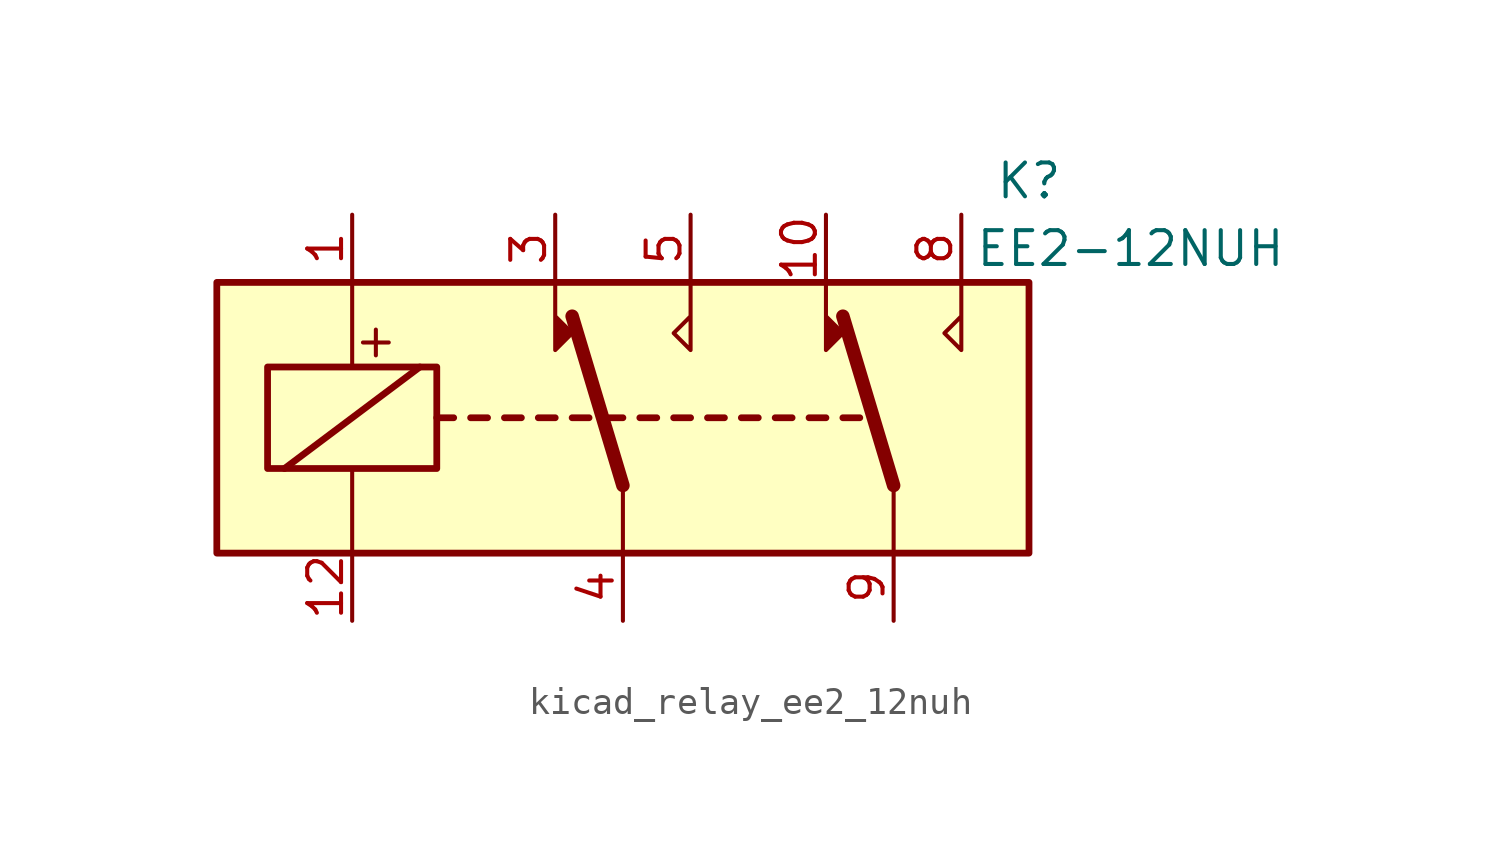
<source format=kicad_sym>
(kicad_symbol_lib
  (version 20220914)
  (generator kicad_symbol_editor)
  (symbol "kicad_relay_ee2_12nuh"
    (property "Reference" "K"
      (at 15.24 8.89 0)
      (effects (font (size 1.27 1.27))))
    (property "Value" "EE2-12NUH"
      (at 19.05 6.35 0)
      (effects (font (size 1.27 1.27))))
    (symbol "kicad_relay_ee2_12nuh_1_1"
      (rectangle (start -15.24 5.08) (end 15.24 -5.08) (stroke (width 0.254) (type default)) (fill (type background)))
      (rectangle (start -13.335 1.905) (end -6.985 -1.905) (stroke (width 0.254) (type default)) (fill (type none)))
      (polyline (pts (xy -12.7 -1.905) (xy -7.62 1.905)) (stroke (width 0.254) (type default)) (fill (type none)))
      (polyline (pts (xy -10.16 -5.08) (xy -10.16 -1.905)) (stroke (width 0) (type default)) (fill (type none)))
      (polyline (pts (xy -10.16 5.08) (xy -10.16 1.905)) (stroke (width 0) (type default)) (fill (type none)))
      (polyline (pts (xy -6.985 0) (xy -6.35 0)) (stroke (width 0.254) (type default)) (fill (type none)))
      (polyline (pts (xy -5.715 0) (xy -5.08 0)) (stroke (width 0.254) (type default)) (fill (type none)))
      (polyline (pts (xy -4.445 0) (xy -3.81 0)) (stroke (width 0.254) (type default)) (fill (type none)))
      (polyline (pts (xy -3.175 0) (xy -2.54 0)) (stroke (width 0.254) (type default)) (fill (type none)))
      (polyline (pts (xy -1.905 0) (xy -1.27 0)) (stroke (width 0.254) (type default)) (fill (type none)))
      (polyline (pts (xy -0.635 0) (xy 0 0)) (stroke (width 0.254) (type default)) (fill (type none)))
      (polyline (pts (xy 0 -2.54) (xy -1.905 3.81)) (stroke (width 0.508) (type default)) (fill (type none)))
      (polyline (pts (xy 0 -2.54) (xy 0 -5.08)) (stroke (width 0) (type default)) (fill (type none)))
      (polyline (pts (xy 0.635 0) (xy 1.27 0)) (stroke (width 0.254) (type default)) (fill (type none)))
      (polyline (pts (xy 1.905 0) (xy 2.54 0)) (stroke (width 0.254) (type default)) (fill (type none)))
      (polyline (pts (xy 3.175 0) (xy 3.81 0)) (stroke (width 0.254) (type default)) (fill (type none)))
      (polyline (pts (xy 4.445 0) (xy 5.08 0)) (stroke (width 0.254) (type default)) (fill (type none)))
      (polyline (pts (xy 5.715 0) (xy 6.35 0)) (stroke (width 0.254) (type default)) (fill (type none)))
      (polyline (pts (xy 6.985 0) (xy 7.62 0)) (stroke (width 0.254) (type default)) (fill (type none)))
      (polyline (pts (xy 8.255 0) (xy 8.89 0)) (stroke (width 0.254) (type default)) (fill (type none)))
      (polyline (pts (xy 10.16 -2.54) (xy 8.255 3.81)) (stroke (width 0.508) (type default)) (fill (type none)))
      (polyline (pts (xy 10.16 -2.54) (xy 10.16 -5.08)) (stroke (width 0) (type default)) (fill (type none)))
      (polyline (pts (xy -2.54 5.08) (xy -2.54 2.54) (xy -1.905 3.175) (xy -2.54 3.81)) (stroke (width 0) (type default)) (fill (type outline)))
      (polyline (pts (xy 2.54 5.08) (xy 2.54 2.54) (xy 1.905 3.175) (xy 2.54 3.81)) (stroke (width 0) (type default)) (fill (type none)))
      (polyline (pts (xy 7.62 5.08) (xy 7.62 2.54) (xy 8.255 3.175) (xy 7.62 3.81)) (stroke (width 0) (type default)) (fill (type outline)))
      (polyline (pts (xy 12.7 5.08) (xy 12.7 2.54) (xy 12.065 3.175) (xy 12.7 3.81)) (stroke (width 0) (type default)) (fill (type none)))
      (text "+" (at -9.271 2.921 0) (effects (font (size 1.27 1.27))))
      (pin passive line (at -10.16 7.62 270) (length 2.54) (name "~" (effects (font (size 1.27 1.27)))) (number "1" (effects (font (size 1.27 1.27)))))
      (pin passive line (at 7.62 7.62 270) (length 2.54) (name "~" (effects (font (size 1.27 1.27)))) (number "10" (effects (font (size 1.27 1.27)))))
      (pin passive line (at -10.16 -7.62 90) (length 2.54) (name "~" (effects (font (size 1.27 1.27)))) (number "12" (effects (font (size 1.27 1.27)))))
      (pin passive line (at -2.54 7.62 270) (length 2.54) (name "~" (effects (font (size 1.27 1.27)))) (number "3" (effects (font (size 1.27 1.27)))))
      (pin passive line (at 0 -7.62 90) (length 2.54) (name "~" (effects (font (size 1.27 1.27)))) (number "4" (effects (font (size 1.27 1.27)))))
      (pin passive line (at 2.54 7.62 270) (length 2.54) (name "~" (effects (font (size 1.27 1.27)))) (number "5" (effects (font (size 1.27 1.27)))))
      (pin passive line (at 12.7 7.62 270) (length 2.54) (name "~" (effects (font (size 1.27 1.27)))) (number "8" (effects (font (size 1.27 1.27)))))
      (pin passive line (at 10.16 -7.62 90) (length 2.54) (name "~" (effects (font (size 1.27 1.27)))) (number "9" (effects (font (size 1.27 1.27))))))))
</source>
